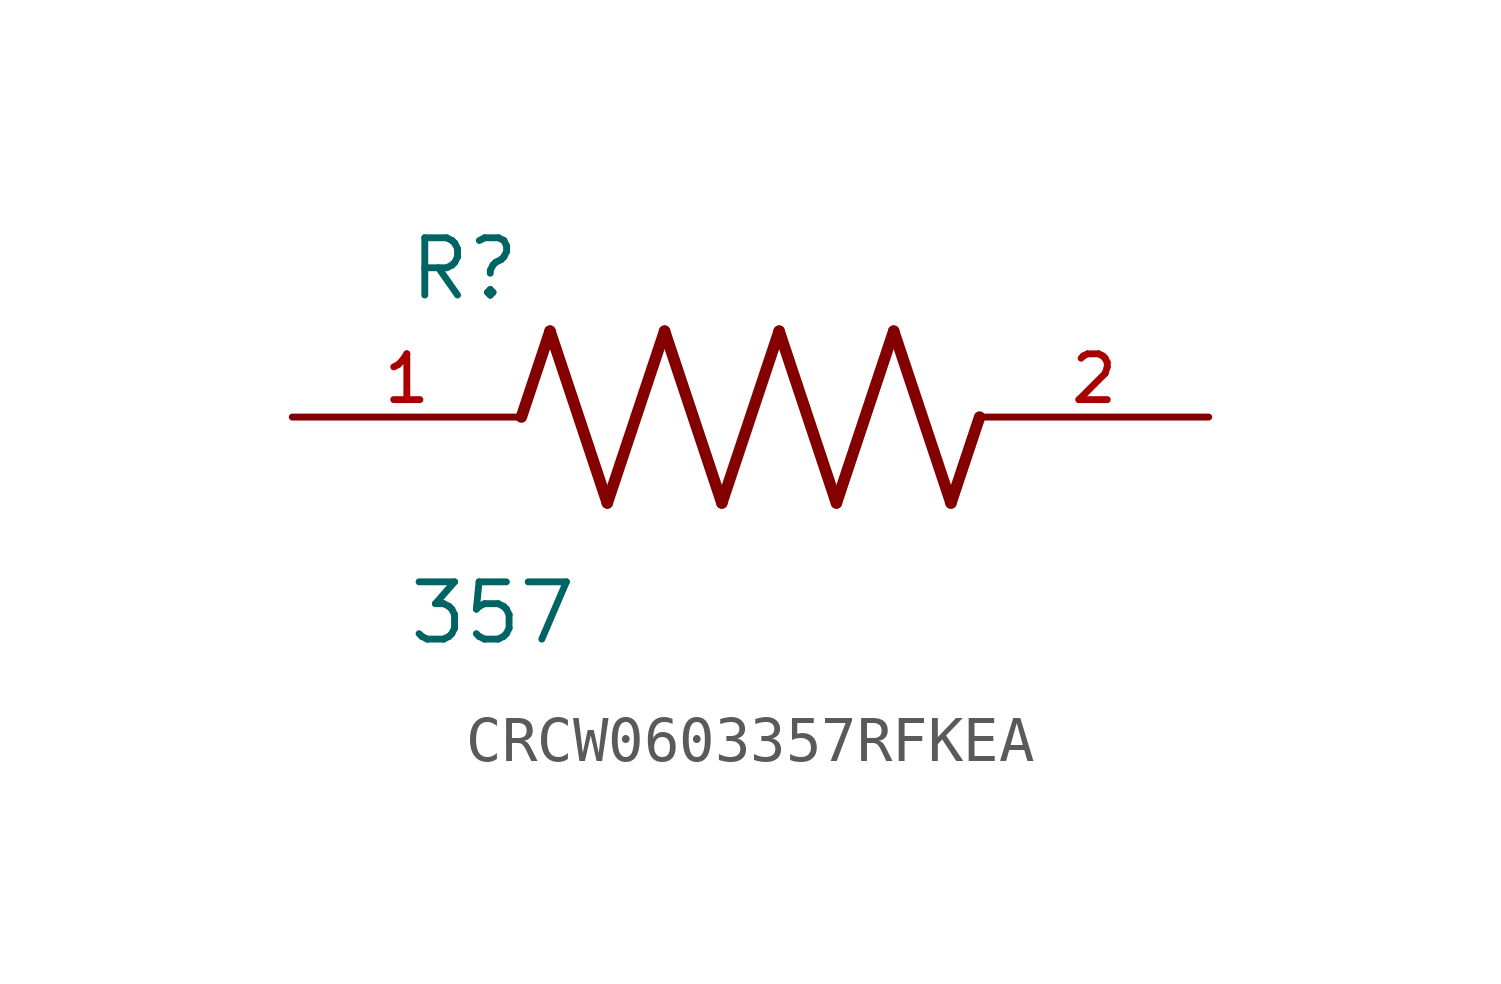
<source format=kicad_sym>
(kicad_symbol_lib
  (version 20241209)
  (generator "kicad_symbol_editor")
  (generator_version "9.0")
  (symbol "CRCW0603357RFKEA"
    (pin_names
      (offset 1.016))
    (property "Reference" "R"
      (at -7.624 2.542 0)
      (effects (font (size 1.27 1.27)) (justify left bottom)))
    (property "Value" "357"
      (at -7.63 -5.087 0)
      (effects (font (size 1.27 1.27)) (justify left bottom)))
    (symbol "CRCW0603357RFKEA_0_0"
      (polyline (pts (xy -5.08 0) (xy -4.445 1.905)) (stroke (width 0.254) (type default)) (fill (type none)))
      (polyline (pts (xy -4.445 1.905) (xy -3.175 -1.905)) (stroke (width 0.254) (type default)) (fill (type none)))
      (polyline (pts (xy -3.175 -1.905) (xy -1.905 1.905)) (stroke (width 0.254) (type default)) (fill (type none)))
      (polyline (pts (xy -1.905 1.905) (xy -0.635 -1.905)) (stroke (width 0.254) (type default)) (fill (type none)))
      (polyline (pts (xy -0.635 -1.905) (xy 0.635 1.905)) (stroke (width 0.254) (type default)) (fill (type none)))
      (polyline (pts (xy 0.635 1.905) (xy 1.905 -1.905)) (stroke (width 0.254) (type default)) (fill (type none)))
      (polyline (pts (xy 1.905 -1.905) (xy 3.175 1.905)) (stroke (width 0.254) (type default)) (fill (type none)))
      (polyline (pts (xy 3.175 1.905) (xy 4.445 -1.905)) (stroke (width 0.254) (type default)) (fill (type none)))
      (polyline (pts (xy 4.445 -1.905) (xy 5.08 0)) (stroke (width 0.254) (type default)) (fill (type none)))
      (pin passive line (at -10.16 0 0) (length 5.08) (name "~" (effects (font (size 1.016 1.016)))) (number "1" (effects (font (size 1.016 1.016)))))
      (pin passive line (at 10.16 0 180) (length 5.08) (name "~" (effects (font (size 1.016 1.016)))) (number "2" (effects (font (size 1.016 1.016))))))))
</source>
